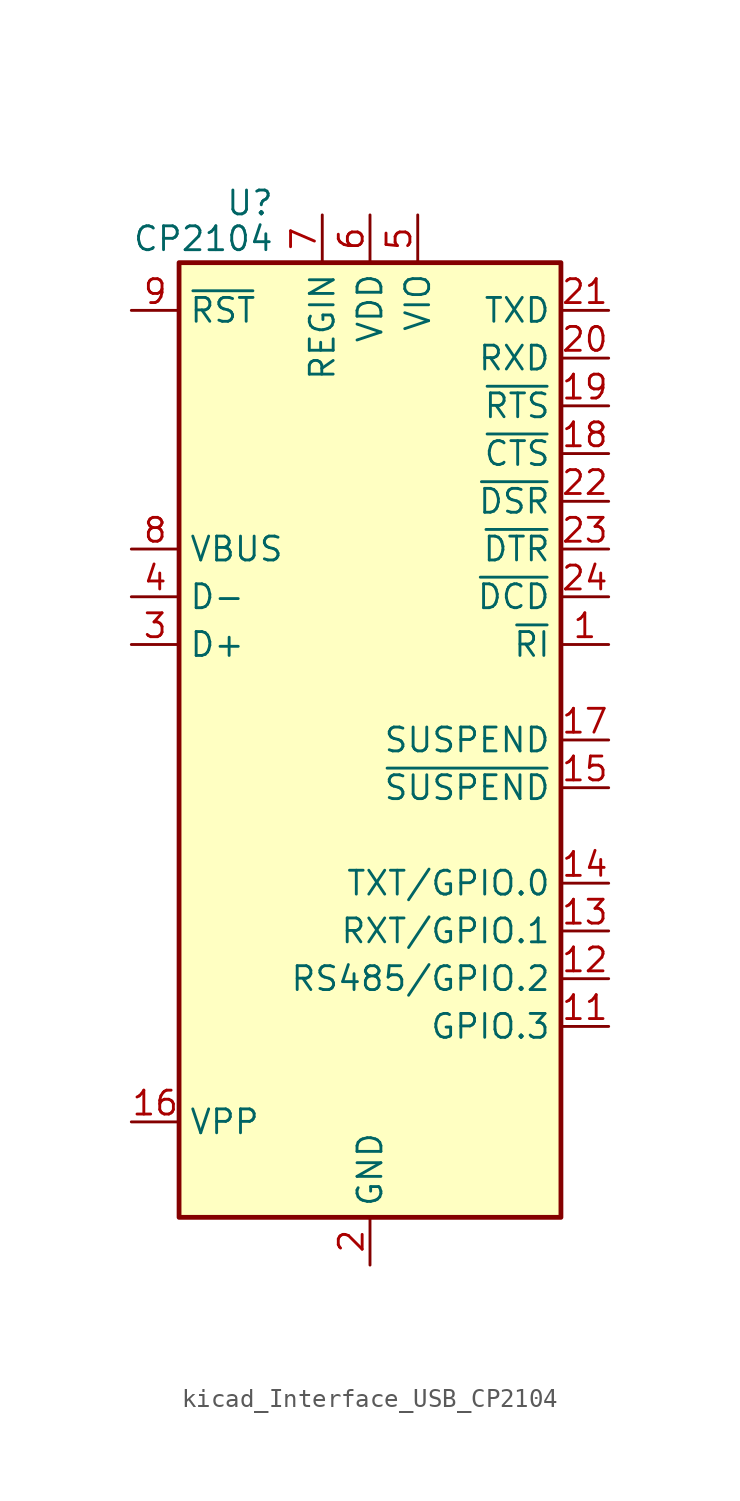
<source format=kicad_sym>
(kicad_symbol_lib
  (version 20220914)
  (generator kicad_symbol_editor)
  (symbol "kicad_Interface_USB_CP2104"
    (property "Reference" "U"
      (at -5.08 28.575 0)
      (effects (font (size 1.27 1.27)) (justify right)))
    (property "Value" "CP2104"
      (at -5.08 26.67 0)
      (effects (font (size 1.27 1.27)) (justify right)))
    (symbol "kicad_Interface_USB_CP2104_1_1"
      (rectangle (start -10.16 25.4) (end 10.16 -25.4) (stroke (width 0.254) (type default)) (fill (type background)))
      (pin input line (at 12.7 5.08 180) (length 2.54) (name "~{RI}" (effects (font (size 1.27 1.27)))) (number "1" (effects (font (size 1.27 1.27)))))
      (pin no_connect line (at 10.16 -20.32 180) (length 2.54) hide (name "NC" (effects (font (size 1.27 1.27)))) (number "10" (effects (font (size 1.27 1.27)))))
      (pin bidirectional line (at 12.7 -15.24 180) (length 2.54) (name "GPIO.3" (effects (font (size 1.27 1.27)))) (number "11" (effects (font (size 1.27 1.27)))))
      (pin bidirectional line (at 12.7 -12.7 180) (length 2.54) (name "RS485/GPIO.2" (effects (font (size 1.27 1.27)))) (number "12" (effects (font (size 1.27 1.27)))))
      (pin bidirectional line (at 12.7 -10.16 180) (length 2.54) (name "RXT/GPIO.1" (effects (font (size 1.27 1.27)))) (number "13" (effects (font (size 1.27 1.27)))))
      (pin bidirectional line (at 12.7 -7.62 180) (length 2.54) (name "TXT/GPIO.0" (effects (font (size 1.27 1.27)))) (number "14" (effects (font (size 1.27 1.27)))))
      (pin output line (at 12.7 -2.54 180) (length 2.54) (name "~{SUSPEND}" (effects (font (size 1.27 1.27)))) (number "15" (effects (font (size 1.27 1.27)))))
      (pin passive line (at -12.7 -20.32 0) (length 2.54) (name "VPP" (effects (font (size 1.27 1.27)))) (number "16" (effects (font (size 1.27 1.27)))))
      (pin output line (at 12.7 0 180) (length 2.54) (name "SUSPEND" (effects (font (size 1.27 1.27)))) (number "17" (effects (font (size 1.27 1.27)))))
      (pin input line (at 12.7 15.24 180) (length 2.54) (name "~{CTS}" (effects (font (size 1.27 1.27)))) (number "18" (effects (font (size 1.27 1.27)))))
      (pin output line (at 12.7 17.78 180) (length 2.54) (name "~{RTS}" (effects (font (size 1.27 1.27)))) (number "19" (effects (font (size 1.27 1.27)))))
      (pin power_in line (at 0 -27.94 90) (length 2.54) (name "GND" (effects (font (size 1.27 1.27)))) (number "2" (effects (font (size 1.27 1.27)))))
      (pin input line (at 12.7 20.32 180) (length 2.54) (name "RXD" (effects (font (size 1.27 1.27)))) (number "20" (effects (font (size 1.27 1.27)))))
      (pin output line (at 12.7 22.86 180) (length 2.54) (name "TXD" (effects (font (size 1.27 1.27)))) (number "21" (effects (font (size 1.27 1.27)))))
      (pin input line (at 12.7 12.7 180) (length 2.54) (name "~{DSR}" (effects (font (size 1.27 1.27)))) (number "22" (effects (font (size 1.27 1.27)))))
      (pin output line (at 12.7 10.16 180) (length 2.54) (name "~{DTR}" (effects (font (size 1.27 1.27)))) (number "23" (effects (font (size 1.27 1.27)))))
      (pin input line (at 12.7 7.62 180) (length 2.54) (name "~{DCD}" (effects (font (size 1.27 1.27)))) (number "24" (effects (font (size 1.27 1.27)))))
      (pin passive line (at 0 -27.94 90) (length 2.54) hide (name "GND" (effects (font (size 1.27 1.27)))) (number "25" (effects (font (size 1.27 1.27)))))
      (pin bidirectional line (at -12.7 5.08 0) (length 2.54) (name "D+" (effects (font (size 1.27 1.27)))) (number "3" (effects (font (size 1.27 1.27)))))
      (pin bidirectional line (at -12.7 7.62 0) (length 2.54) (name "D-" (effects (font (size 1.27 1.27)))) (number "4" (effects (font (size 1.27 1.27)))))
      (pin power_in line (at 2.54 27.94 270) (length 2.54) (name "VIO" (effects (font (size 1.27 1.27)))) (number "5" (effects (font (size 1.27 1.27)))))
      (pin power_in line (at 0 27.94 270) (length 2.54) (name "VDD" (effects (font (size 1.27 1.27)))) (number "6" (effects (font (size 1.27 1.27)))))
      (pin power_in line (at -2.54 27.94 270) (length 2.54) (name "REGIN" (effects (font (size 1.27 1.27)))) (number "7" (effects (font (size 1.27 1.27)))))
      (pin input line (at -12.7 10.16 0) (length 2.54) (name "VBUS" (effects (font (size 1.27 1.27)))) (number "8" (effects (font (size 1.27 1.27)))))
      (pin bidirectional line (at -12.7 22.86 0) (length 2.54) (name "~{RST}" (effects (font (size 1.27 1.27)))) (number "9" (effects (font (size 1.27 1.27))))))))
</source>
